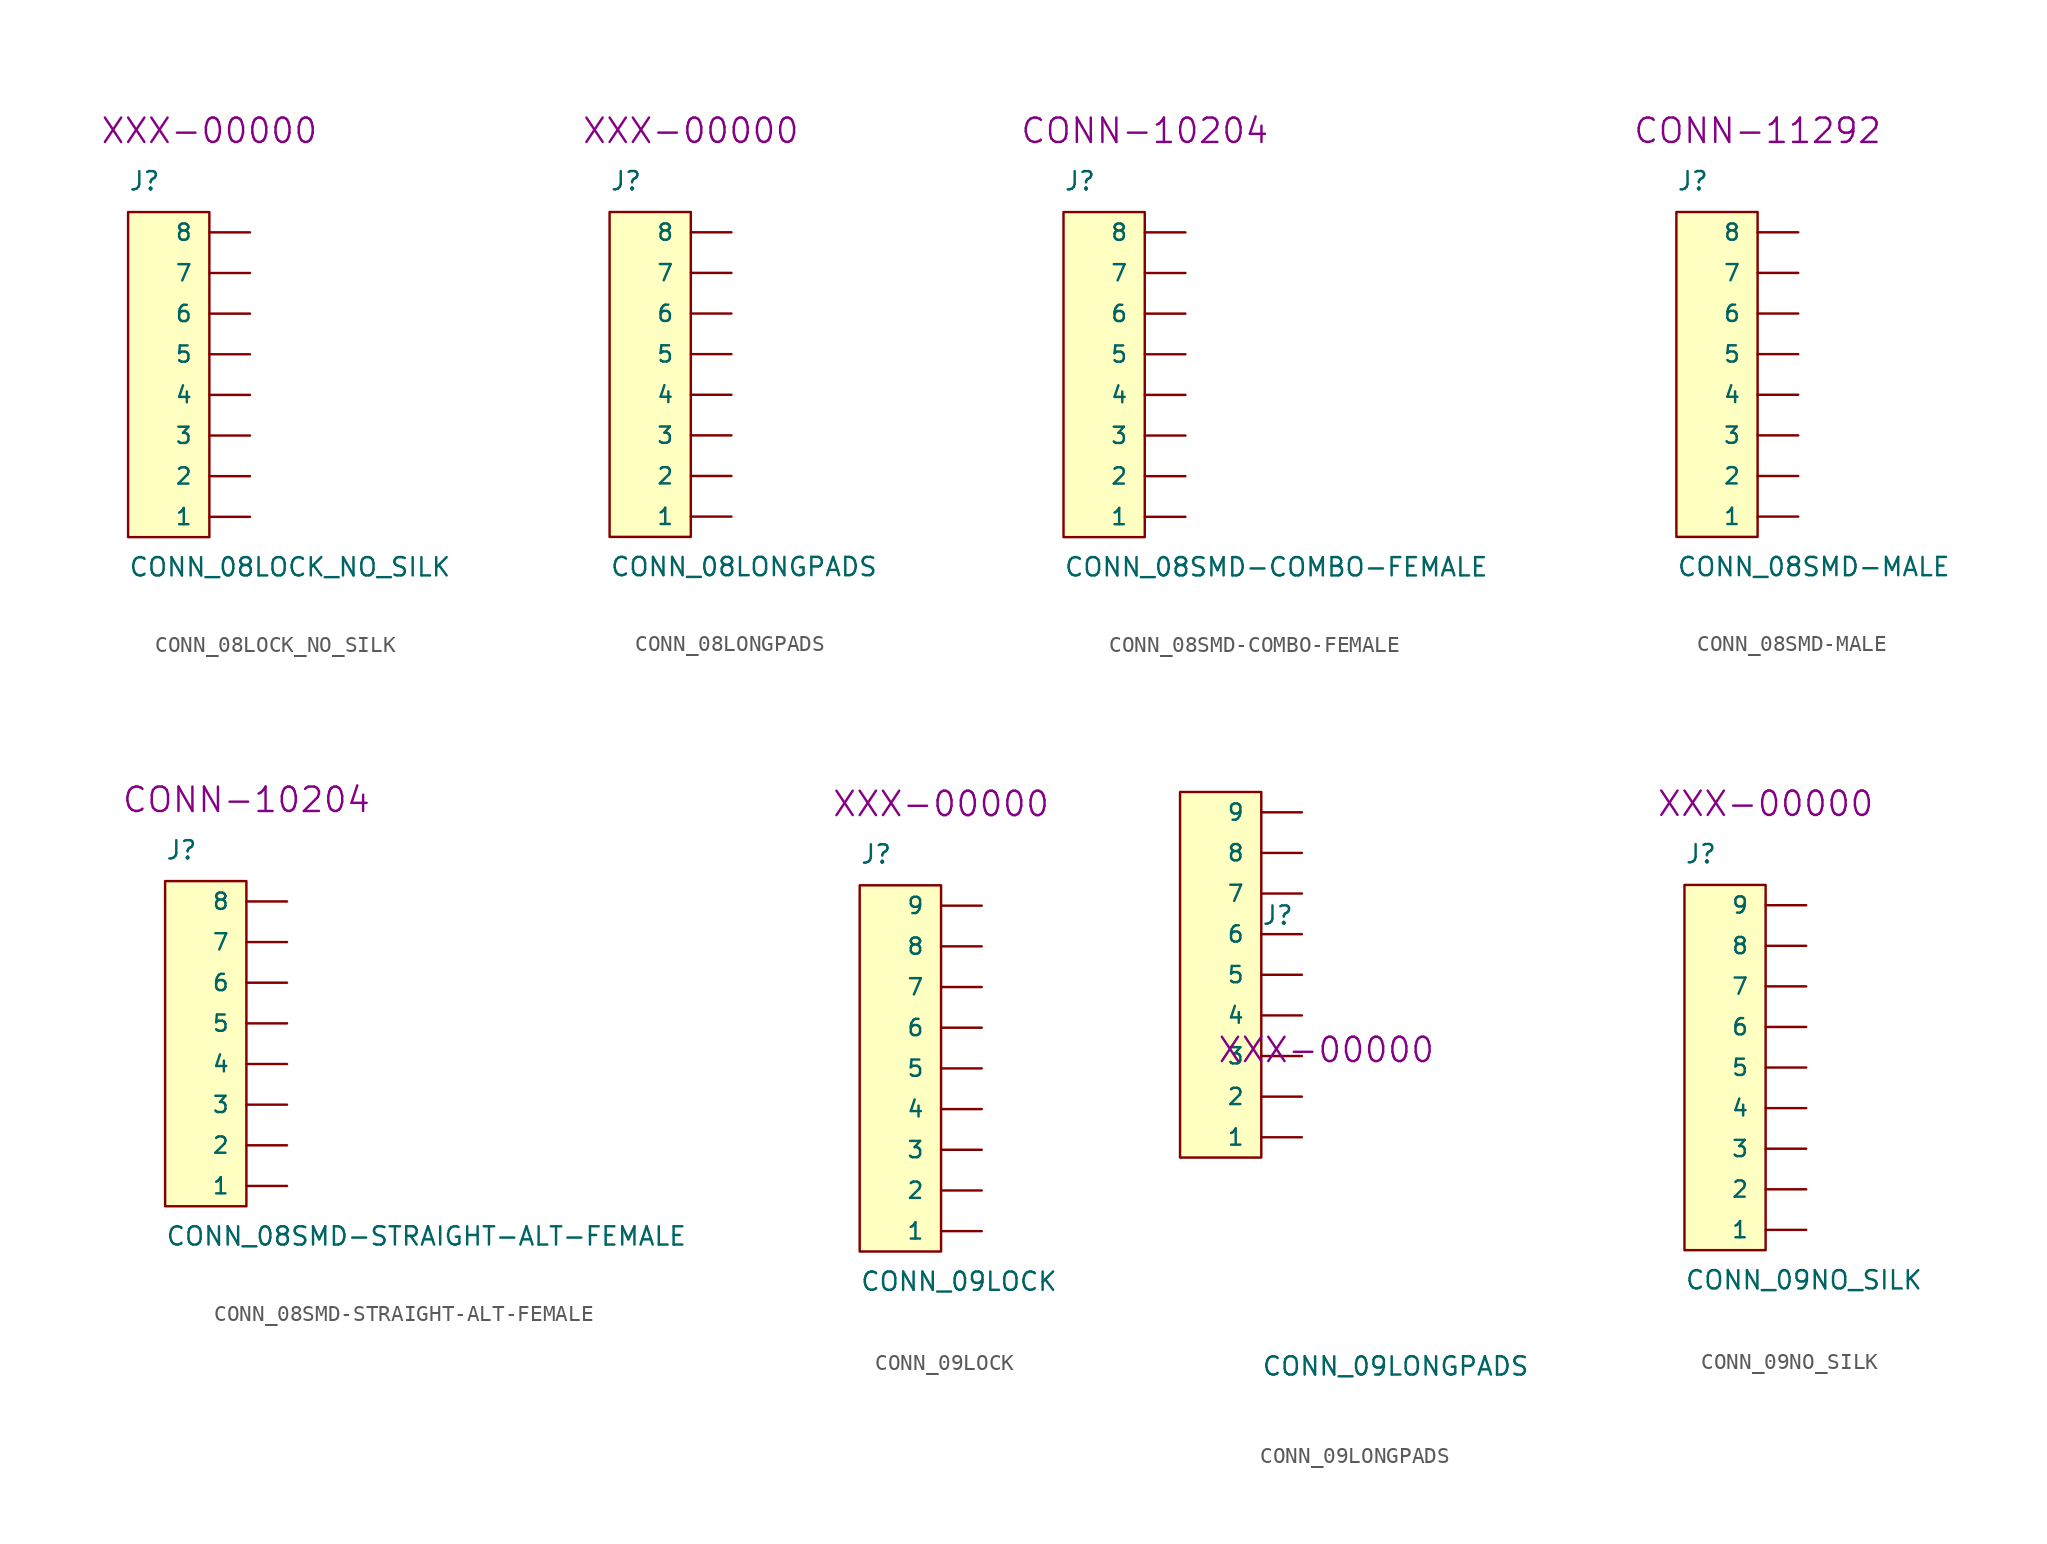
<source format=kicad_sym>
(kicad_symbol_lib
  (version 20201005)
  (generator kicad_symbol_editor)
  (symbol "CONN_08LOCK_NO_SILK"
    (pin_numbers hide)
    (pin_names
      (offset 1.016))
    (property "Reference" "J"
      (at -5.08 20.32 0)
      (effects (font (size 1.143 1.143)) (justify left bottom)))
    (property "Value" "CONN_08LOCK_NO_SILK"
      (at -5.08 -3.81 0)
      (effects (font (size 1.143 1.143)) (justify left bottom)))
    (property "Field4" "XXX-00000"
      (at 0 24.13 0)
      (effects (font (size 1.524 1.524))))
    (property "ki_locked" ""
      (at 0 0 0)
      (effects (font (size 1.27 1.27))))
    (symbol "CONN_08LOCK_NO_SILK_0_1"
      (rectangle (start 0 -1.27) (end -5.08 19.05) (stroke (width 0)) (fill (type background))))
    (symbol "CONN_08LOCK_NO_SILK_1_1"
      (pin passive line (at 2.54 0 180) (length 2.54) (name "1" (effects (font (size 1.016 1.016)))) (number "1" (effects (font (size 1.016 1.016)))))
      (pin passive line (at 2.54 2.54 180) (length 2.54) (name "2" (effects (font (size 1.016 1.016)))) (number "2" (effects (font (size 1.016 1.016)))))
      (pin passive line (at 2.54 5.08 180) (length 2.54) (name "3" (effects (font (size 1.016 1.016)))) (number "3" (effects (font (size 1.016 1.016)))))
      (pin passive line (at 2.54 7.62 180) (length 2.54) (name "4" (effects (font (size 1.016 1.016)))) (number "4" (effects (font (size 1.016 1.016)))))
      (pin passive line (at 2.54 10.16 180) (length 2.54) (name "5" (effects (font (size 1.016 1.016)))) (number "5" (effects (font (size 1.016 1.016)))))
      (pin passive line (at 2.54 12.7 180) (length 2.54) (name "6" (effects (font (size 1.016 1.016)))) (number "6" (effects (font (size 1.016 1.016)))))
      (pin passive line (at 2.54 15.24 180) (length 2.54) (name "7" (effects (font (size 1.016 1.016)))) (number "7" (effects (font (size 1.016 1.016)))))
      (pin passive line (at 2.54 17.78 180) (length 2.54) (name "8" (effects (font (size 1.016 1.016)))) (number "8" (effects (font (size 1.016 1.016)))))))
  (symbol "CONN_08LONGPADS"
    (pin_numbers hide)
    (pin_names
      (offset 1.016))
    (property "Reference" "J"
      (at -5.08 20.32 0)
      (effects (font (size 1.143 1.143)) (justify left bottom)))
    (property "Value" "CONN_08LONGPADS"
      (at -5.08 -3.81 0)
      (effects (font (size 1.143 1.143)) (justify left bottom)))
    (property "Field4" "XXX-00000"
      (at 0 24.13 0)
      (effects (font (size 1.524 1.524))))
    (property "ki_locked" ""
      (at 0 0 0)
      (effects (font (size 1.27 1.27))))
    (symbol "CONN_08LONGPADS_0_1"
      (rectangle (start 0 -1.27) (end -5.08 19.05) (stroke (width 0)) (fill (type background))))
    (symbol "CONN_08LONGPADS_1_1"
      (pin passive line (at 2.54 0 180) (length 2.54) (name "1" (effects (font (size 1.016 1.016)))) (number "1" (effects (font (size 1.016 1.016)))))
      (pin passive line (at 2.54 2.54 180) (length 2.54) (name "2" (effects (font (size 1.016 1.016)))) (number "2" (effects (font (size 1.016 1.016)))))
      (pin passive line (at 2.54 5.08 180) (length 2.54) (name "3" (effects (font (size 1.016 1.016)))) (number "3" (effects (font (size 1.016 1.016)))))
      (pin passive line (at 2.54 7.62 180) (length 2.54) (name "4" (effects (font (size 1.016 1.016)))) (number "4" (effects (font (size 1.016 1.016)))))
      (pin passive line (at 2.54 10.16 180) (length 2.54) (name "5" (effects (font (size 1.016 1.016)))) (number "5" (effects (font (size 1.016 1.016)))))
      (pin passive line (at 2.54 12.7 180) (length 2.54) (name "6" (effects (font (size 1.016 1.016)))) (number "6" (effects (font (size 1.016 1.016)))))
      (pin passive line (at 2.54 15.24 180) (length 2.54) (name "7" (effects (font (size 1.016 1.016)))) (number "7" (effects (font (size 1.016 1.016)))))
      (pin passive line (at 2.54 17.78 180) (length 2.54) (name "8" (effects (font (size 1.016 1.016)))) (number "8" (effects (font (size 1.016 1.016)))))))
  (symbol "CONN_08SMD-COMBO-FEMALE"
    (pin_numbers hide)
    (pin_names
      (offset 1.016))
    (property "Reference" "J"
      (at -5.08 20.32 0)
      (effects (font (size 1.143 1.143)) (justify left bottom)))
    (property "Value" "CONN_08SMD-COMBO-FEMALE"
      (at -5.08 -3.81 0)
      (effects (font (size 1.143 1.143)) (justify left bottom)))
    (property "Field4" "CONN-10204"
      (at 0 24.13 0)
      (effects (font (size 1.524 1.524))))
    (property "ki_locked" ""
      (at 0 0 0)
      (effects (font (size 1.27 1.27))))
    (symbol "CONN_08SMD-COMBO-FEMALE_0_1"
      (rectangle (start 0 -1.27) (end -5.08 19.05) (stroke (width 0)) (fill (type background))))
    (symbol "CONN_08SMD-COMBO-FEMALE_1_1"
      (pin passive line (at 2.54 0 180) (length 2.54) (name "1" (effects (font (size 1.016 1.016)))) (number "1" (effects (font (size 1.016 1.016)))))
      (pin passive line (at 2.54 2.54 180) (length 2.54) (name "2" (effects (font (size 1.016 1.016)))) (number "2" (effects (font (size 1.016 1.016)))))
      (pin passive line (at 2.54 5.08 180) (length 2.54) (name "3" (effects (font (size 1.016 1.016)))) (number "3" (effects (font (size 1.016 1.016)))))
      (pin passive line (at 2.54 7.62 180) (length 2.54) (name "4" (effects (font (size 1.016 1.016)))) (number "4" (effects (font (size 1.016 1.016)))))
      (pin passive line (at 2.54 10.16 180) (length 2.54) (name "5" (effects (font (size 1.016 1.016)))) (number "5" (effects (font (size 1.016 1.016)))))
      (pin passive line (at 2.54 12.7 180) (length 2.54) (name "6" (effects (font (size 1.016 1.016)))) (number "6" (effects (font (size 1.016 1.016)))))
      (pin passive line (at 2.54 15.24 180) (length 2.54) (name "7" (effects (font (size 1.016 1.016)))) (number "7" (effects (font (size 1.016 1.016)))))
      (pin passive line (at 2.54 17.78 180) (length 2.54) (name "8" (effects (font (size 1.016 1.016)))) (number "8" (effects (font (size 1.016 1.016)))))))
  (symbol "CONN_08SMD-MALE"
    (pin_numbers hide)
    (pin_names
      (offset 1.016))
    (property "Reference" "J"
      (at -5.08 20.32 0)
      (effects (font (size 1.143 1.143)) (justify left bottom)))
    (property "Value" "CONN_08SMD-MALE"
      (at -5.08 -3.81 0)
      (effects (font (size 1.143 1.143)) (justify left bottom)))
    (property "Field4" "CONN-11292"
      (at 0 24.13 0)
      (effects (font (size 1.524 1.524))))
    (property "ki_locked" ""
      (at 0 0 0)
      (effects (font (size 1.27 1.27))))
    (symbol "CONN_08SMD-MALE_0_1"
      (rectangle (start 0 -1.27) (end -5.08 19.05) (stroke (width 0)) (fill (type background))))
    (symbol "CONN_08SMD-MALE_1_1"
      (pin passive line (at 2.54 0 180) (length 2.54) (name "1" (effects (font (size 1.016 1.016)))) (number "1" (effects (font (size 1.016 1.016)))))
      (pin passive line (at 2.54 2.54 180) (length 2.54) (name "2" (effects (font (size 1.016 1.016)))) (number "2" (effects (font (size 1.016 1.016)))))
      (pin passive line (at 2.54 5.08 180) (length 2.54) (name "3" (effects (font (size 1.016 1.016)))) (number "3" (effects (font (size 1.016 1.016)))))
      (pin passive line (at 2.54 7.62 180) (length 2.54) (name "4" (effects (font (size 1.016 1.016)))) (number "4" (effects (font (size 1.016 1.016)))))
      (pin passive line (at 2.54 10.16 180) (length 2.54) (name "5" (effects (font (size 1.016 1.016)))) (number "5" (effects (font (size 1.016 1.016)))))
      (pin passive line (at 2.54 12.7 180) (length 2.54) (name "6" (effects (font (size 1.016 1.016)))) (number "6" (effects (font (size 1.016 1.016)))))
      (pin passive line (at 2.54 15.24 180) (length 2.54) (name "7" (effects (font (size 1.016 1.016)))) (number "7" (effects (font (size 1.016 1.016)))))
      (pin passive line (at 2.54 17.78 180) (length 2.54) (name "8" (effects (font (size 1.016 1.016)))) (number "8" (effects (font (size 1.016 1.016)))))))
  (symbol "CONN_08SMD-STRAIGHT-ALT-FEMALE"
    (pin_numbers hide)
    (pin_names
      (offset 1.016))
    (property "Reference" "J"
      (at -5.08 20.32 0)
      (effects (font (size 1.143 1.143)) (justify left bottom)))
    (property "Value" "CONN_08SMD-STRAIGHT-ALT-FEMALE"
      (at -5.08 -3.81 0)
      (effects (font (size 1.143 1.143)) (justify left bottom)))
    (property "Field4" "CONN-10204"
      (at 0 24.13 0)
      (effects (font (size 1.524 1.524))))
    (property "ki_locked" ""
      (at 0 0 0)
      (effects (font (size 1.27 1.27))))
    (symbol "CONN_08SMD-STRAIGHT-ALT-FEMALE_0_1"
      (rectangle (start 0 -1.27) (end -5.08 19.05) (stroke (width 0)) (fill (type background))))
    (symbol "CONN_08SMD-STRAIGHT-ALT-FEMALE_1_1"
      (pin passive line (at 2.54 0 180) (length 2.54) (name "1" (effects (font (size 1.016 1.016)))) (number "1" (effects (font (size 1.016 1.016)))))
      (pin passive line (at 2.54 2.54 180) (length 2.54) (name "2" (effects (font (size 1.016 1.016)))) (number "2" (effects (font (size 1.016 1.016)))))
      (pin passive line (at 2.54 5.08 180) (length 2.54) (name "3" (effects (font (size 1.016 1.016)))) (number "3" (effects (font (size 1.016 1.016)))))
      (pin passive line (at 2.54 7.62 180) (length 2.54) (name "4" (effects (font (size 1.016 1.016)))) (number "4" (effects (font (size 1.016 1.016)))))
      (pin passive line (at 2.54 10.16 180) (length 2.54) (name "5" (effects (font (size 1.016 1.016)))) (number "5" (effects (font (size 1.016 1.016)))))
      (pin passive line (at 2.54 12.7 180) (length 2.54) (name "6" (effects (font (size 1.016 1.016)))) (number "6" (effects (font (size 1.016 1.016)))))
      (pin passive line (at 2.54 15.24 180) (length 2.54) (name "7" (effects (font (size 1.016 1.016)))) (number "7" (effects (font (size 1.016 1.016)))))
      (pin passive line (at 2.54 17.78 180) (length 2.54) (name "8" (effects (font (size 1.016 1.016)))) (number "8" (effects (font (size 1.016 1.016)))))))
  (symbol "CONN_09LOCK"
    (pin_numbers hide)
    (pin_names
      (offset 1.016))
    (property "Reference" "J"
      (at -5.08 22.86 0)
      (effects (font (size 1.143 1.143)) (justify left bottom)))
    (property "Value" "CONN_09LOCK"
      (at -5.08 -3.81 0)
      (effects (font (size 1.143 1.143)) (justify left bottom)))
    (property "Field4" "XXX-00000"
      (at 0 26.67 0)
      (effects (font (size 1.524 1.524))))
    (property "ki_locked" ""
      (at 0 0 0)
      (effects (font (size 1.27 1.27))))
    (symbol "CONN_09LOCK_0_1"
      (rectangle (start 0 -1.27) (end -5.08 21.59) (stroke (width 0)) (fill (type background))))
    (symbol "CONN_09LOCK_1_1"
      (pin passive line (at 2.54 0 180) (length 2.54) (name "1" (effects (font (size 1.016 1.016)))) (number "1" (effects (font (size 1.016 1.016)))))
      (pin passive line (at 2.54 2.54 180) (length 2.54) (name "2" (effects (font (size 1.016 1.016)))) (number "2" (effects (font (size 1.016 1.016)))))
      (pin passive line (at 2.54 5.08 180) (length 2.54) (name "3" (effects (font (size 1.016 1.016)))) (number "3" (effects (font (size 1.016 1.016)))))
      (pin passive line (at 2.54 7.62 180) (length 2.54) (name "4" (effects (font (size 1.016 1.016)))) (number "4" (effects (font (size 1.016 1.016)))))
      (pin passive line (at 2.54 10.16 180) (length 2.54) (name "5" (effects (font (size 1.016 1.016)))) (number "5" (effects (font (size 1.016 1.016)))))
      (pin passive line (at 2.54 12.7 180) (length 2.54) (name "6" (effects (font (size 1.016 1.016)))) (number "6" (effects (font (size 1.016 1.016)))))
      (pin passive line (at 2.54 15.24 180) (length 2.54) (name "7" (effects (font (size 1.016 1.016)))) (number "7" (effects (font (size 1.016 1.016)))))
      (pin passive line (at 2.54 17.78 180) (length 2.54) (name "8" (effects (font (size 1.016 1.016)))) (number "8" (effects (font (size 1.016 1.016)))))
      (pin passive line (at 2.54 20.32 180) (length 2.54) (name "9" (effects (font (size 1.016 1.016)))) (number "9" (effects (font (size 1.016 1.016)))))))
  (symbol "CONN_09LONGPADS"
    (pin_numbers hide)
    (pin_names
      (offset 1.016))
    (property "Reference" "J"
      (at 0 13.208 0)
      (effects (font (size 1.143 1.143)) (justify left bottom)))
    (property "Value" "CONN_09LONGPADS"
      (at 0 -14.986 0)
      (effects (font (size 1.143 1.143)) (justify left bottom)))
    (property "Field4" "XXX-00000"
      (at 4.064 5.461 0)
      (effects (font (size 1.524 1.524))))
    (property "ki_locked" ""
      (at 0 0 0)
      (effects (font (size 1.27 1.27))))
    (symbol "CONN_09LONGPADS_0_1"
      (rectangle (start 0 -1.27) (end -5.08 21.59) (stroke (width 0)) (fill (type background))))
    (symbol "CONN_09LONGPADS_1_1"
      (pin passive line (at 2.54 0 180) (length 2.54) (name "1" (effects (font (size 1.016 1.016)))) (number "1" (effects (font (size 1.016 1.016)))))
      (pin passive line (at 2.54 2.54 180) (length 2.54) (name "2" (effects (font (size 1.016 1.016)))) (number "2" (effects (font (size 1.016 1.016)))))
      (pin passive line (at 2.54 5.08 180) (length 2.54) (name "3" (effects (font (size 1.016 1.016)))) (number "3" (effects (font (size 1.016 1.016)))))
      (pin passive line (at 2.54 7.62 180) (length 2.54) (name "4" (effects (font (size 1.016 1.016)))) (number "4" (effects (font (size 1.016 1.016)))))
      (pin passive line (at 2.54 10.16 180) (length 2.54) (name "5" (effects (font (size 1.016 1.016)))) (number "5" (effects (font (size 1.016 1.016)))))
      (pin passive line (at 2.54 12.7 180) (length 2.54) (name "6" (effects (font (size 1.016 1.016)))) (number "6" (effects (font (size 1.016 1.016)))))
      (pin passive line (at 2.54 15.24 180) (length 2.54) (name "7" (effects (font (size 1.016 1.016)))) (number "7" (effects (font (size 1.016 1.016)))))
      (pin passive line (at 2.54 17.78 180) (length 2.54) (name "8" (effects (font (size 1.016 1.016)))) (number "8" (effects (font (size 1.016 1.016)))))
      (pin passive line (at 2.54 20.32 180) (length 2.54) (name "9" (effects (font (size 1.016 1.016)))) (number "9" (effects (font (size 1.016 1.016)))))))
  (symbol "CONN_09NO_SILK"
    (pin_numbers hide)
    (pin_names
      (offset 1.016))
    (property "Reference" "J"
      (at -5.08 22.86 0)
      (effects (font (size 1.143 1.143)) (justify left bottom)))
    (property "Value" "CONN_09NO_SILK"
      (at -5.08 -3.81 0)
      (effects (font (size 1.143 1.143)) (justify left bottom)))
    (property "Field4" "XXX-00000"
      (at 0 26.67 0)
      (effects (font (size 1.524 1.524))))
    (property "ki_locked" ""
      (at 0 0 0)
      (effects (font (size 1.27 1.27))))
    (symbol "CONN_09NO_SILK_0_1"
      (rectangle (start 0 -1.27) (end -5.08 21.59) (stroke (width 0)) (fill (type background))))
    (symbol "CONN_09NO_SILK_1_1"
      (pin passive line (at 2.54 0 180) (length 2.54) (name "1" (effects (font (size 1.016 1.016)))) (number "1" (effects (font (size 1.016 1.016)))))
      (pin passive line (at 2.54 2.54 180) (length 2.54) (name "2" (effects (font (size 1.016 1.016)))) (number "2" (effects (font (size 1.016 1.016)))))
      (pin passive line (at 2.54 5.08 180) (length 2.54) (name "3" (effects (font (size 1.016 1.016)))) (number "3" (effects (font (size 1.016 1.016)))))
      (pin passive line (at 2.54 7.62 180) (length 2.54) (name "4" (effects (font (size 1.016 1.016)))) (number "4" (effects (font (size 1.016 1.016)))))
      (pin passive line (at 2.54 10.16 180) (length 2.54) (name "5" (effects (font (size 1.016 1.016)))) (number "5" (effects (font (size 1.016 1.016)))))
      (pin passive line (at 2.54 12.7 180) (length 2.54) (name "6" (effects (font (size 1.016 1.016)))) (number "6" (effects (font (size 1.016 1.016)))))
      (pin passive line (at 2.54 15.24 180) (length 2.54) (name "7" (effects (font (size 1.016 1.016)))) (number "7" (effects (font (size 1.016 1.016)))))
      (pin passive line (at 2.54 17.78 180) (length 2.54) (name "8" (effects (font (size 1.016 1.016)))) (number "8" (effects (font (size 1.016 1.016)))))
      (pin passive line (at 2.54 20.32 180) (length 2.54) (name "9" (effects (font (size 1.016 1.016)))) (number "9" (effects (font (size 1.016 1.016))))))))
</source>
